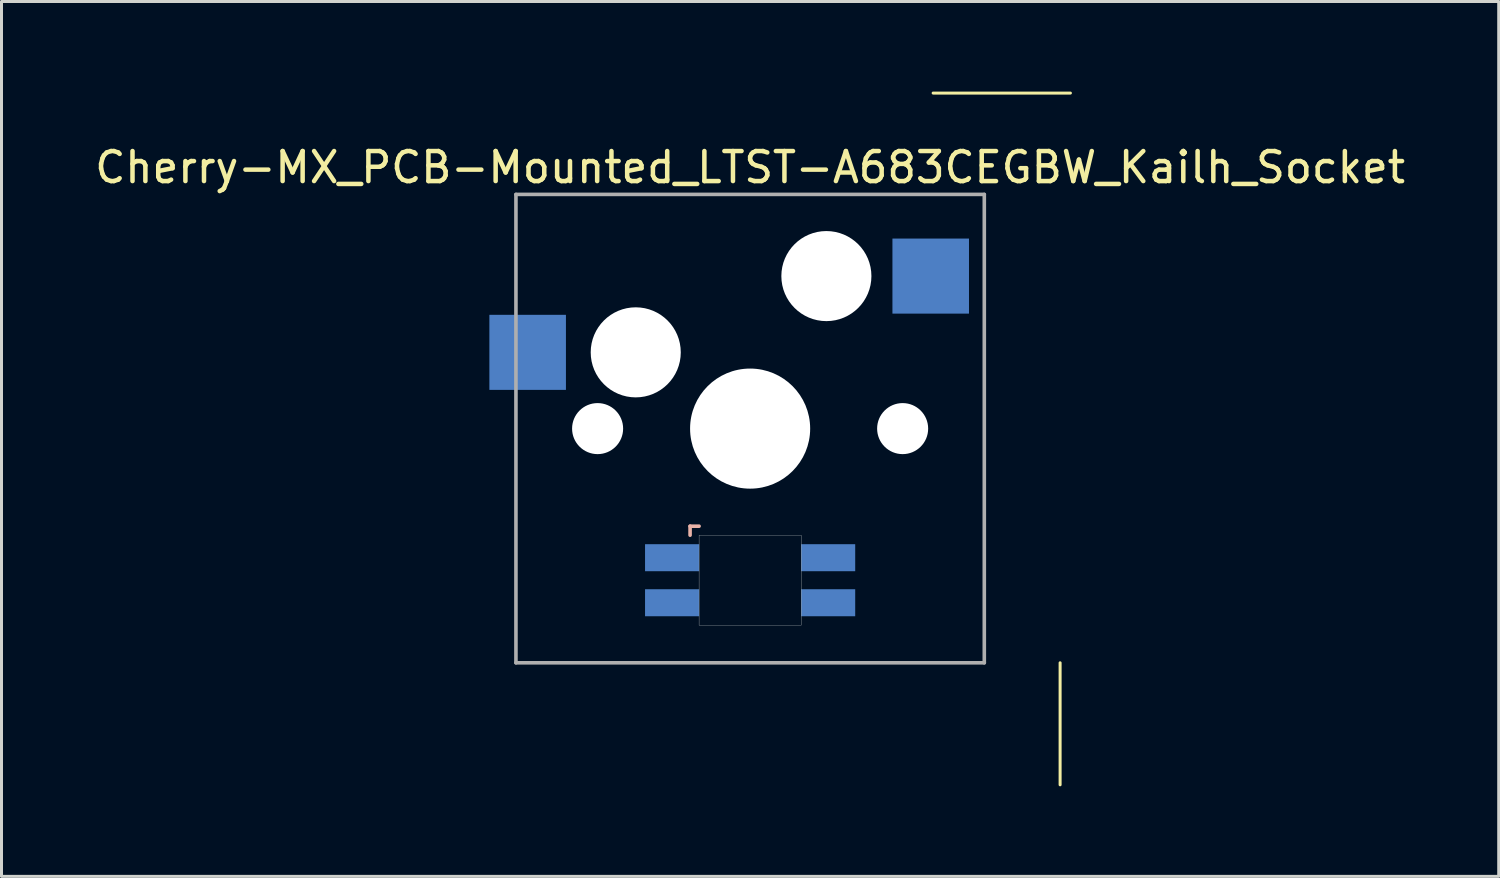
<source format=kicad_pcb>
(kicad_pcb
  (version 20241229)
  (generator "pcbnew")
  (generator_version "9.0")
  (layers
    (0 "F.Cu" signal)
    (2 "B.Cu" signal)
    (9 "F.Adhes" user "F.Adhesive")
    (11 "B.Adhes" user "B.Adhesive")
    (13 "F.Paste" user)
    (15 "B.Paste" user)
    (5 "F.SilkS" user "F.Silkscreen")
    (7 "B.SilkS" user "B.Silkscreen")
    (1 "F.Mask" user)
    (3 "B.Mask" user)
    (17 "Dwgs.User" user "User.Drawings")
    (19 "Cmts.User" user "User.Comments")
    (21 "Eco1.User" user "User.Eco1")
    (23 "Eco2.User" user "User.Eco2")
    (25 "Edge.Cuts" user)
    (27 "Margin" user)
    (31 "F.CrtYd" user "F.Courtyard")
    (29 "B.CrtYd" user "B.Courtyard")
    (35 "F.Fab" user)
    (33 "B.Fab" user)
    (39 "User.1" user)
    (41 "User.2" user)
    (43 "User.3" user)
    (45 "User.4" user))
  (footprint "Cherry-MX_PCB-Mounted_LTST-A683CEGBW_Kailh_Socket"
    (layer "F.Cu")
    (at 21.935 11.226)
    (property "Reference" "Cherry-MX_PCB-Mounted_LTST-A683CEGBW_Kailh_Socket" (at 0 -8.7 0) (layer "F.SilkS") (effects (font (size 1 1) (thickness 0.15))))
    (attr through_hole)
    (fp_line (start 6.096 -11.176) (end 10.668 -11.176) (stroke (width 0.1) (type default)) (layer "F.SilkS"))
    (fp_line (start 10.325 7.8) (end 10.325 11.864) (stroke (width 0.1) (type default)) (layer "F.SilkS"))
    (fp_line (start -2 3.25) (end -2 3.55) (stroke (width 0.12) (type solid)) (layer "B.SilkS"))
    (fp_line (start -1.7 3.25) (end -2 3.25) (stroke (width 0.12) (type solid)) (layer "B.SilkS"))
    (fp_poly (pts (xy 1.7 6.55) (xy -1.7 6.55) (xy -1.7 3.55) (xy 1.7 3.55)) (stroke (width 0.01) (type solid)) (fill no) (layer "Edge.Cuts"))
    (fp_line (start -7.8 -7.8) (end 7.8 -7.8) (stroke (width 0.12) (type solid)) (layer "F.Fab"))
    (fp_line (start -7.8 7.8) (end -7.8 -7.8) (stroke (width 0.12) (type solid)) (layer "F.Fab"))
    (fp_line (start 7.8 7.8) (end -7.8 7.8) (stroke (width 0.12) (type solid)) (layer "F.Fab"))
    (fp_line (start 7.8 7.8) (end 7.8 -7.8) (stroke (width 0.12) (type solid)) (layer "F.Fab"))
    (pad "" np_thru_hole circle (at -5.08 0) (size 1.7 1.7) (drill 1.7) (layers "*.Cu" "*.Mask"))
    (pad "" np_thru_hole circle (at -3.81 -2.54) (size 3 3) (drill 3) (layers "*.Cu" "*.Mask"))
    (pad "" np_thru_hole circle (at 0 0) (size 4 4) (drill 4) (layers "*.Cu" "*.Mask"))
    (pad "" np_thru_hole circle (at 2.54 -5.08) (size 3 3) (drill 3) (layers "*.Cu" "*.Mask"))
    (pad "" np_thru_hole circle (at 5.08 0) (size 1.7 1.7) (drill 1.7) (layers "*.Cu" "*.Mask"))
    (pad "1" smd rect (at -2.6 4.3) (size 1.8 0.9) (layers "B.Cu" "B.Mask" "B.Paste"))
    (pad "2" smd rect (at -2.6 5.8) (size 1.8 0.9) (layers "B.Cu" "B.Mask" "B.Paste"))
    (pad "3" smd rect (at 2.6 4.3) (size 1.8 0.9) (layers "B.Cu" "B.Mask" "B.Paste"))
    (pad "4" smd rect (at 2.6 5.8) (size 1.8 0.9) (layers "B.Cu" "B.Mask" "B.Paste"))
    (pad "5" smd rect (at -7.41 -2.54) (size 2.55 2.5) (layers "B.Cu" "B.Mask" "B.Paste"))
    (pad "6" smd rect (at 6.015 -5.08) (size 2.55 2.5) (layers "B.Cu" "B.Mask" "B.Paste")))
  (gr_rect
    (start -3 -3)
    (end 46.869 26.14)
    (stroke (width 0.1) (type default))
    (fill no)
    (layer "Edge.Cuts")))
</source>
